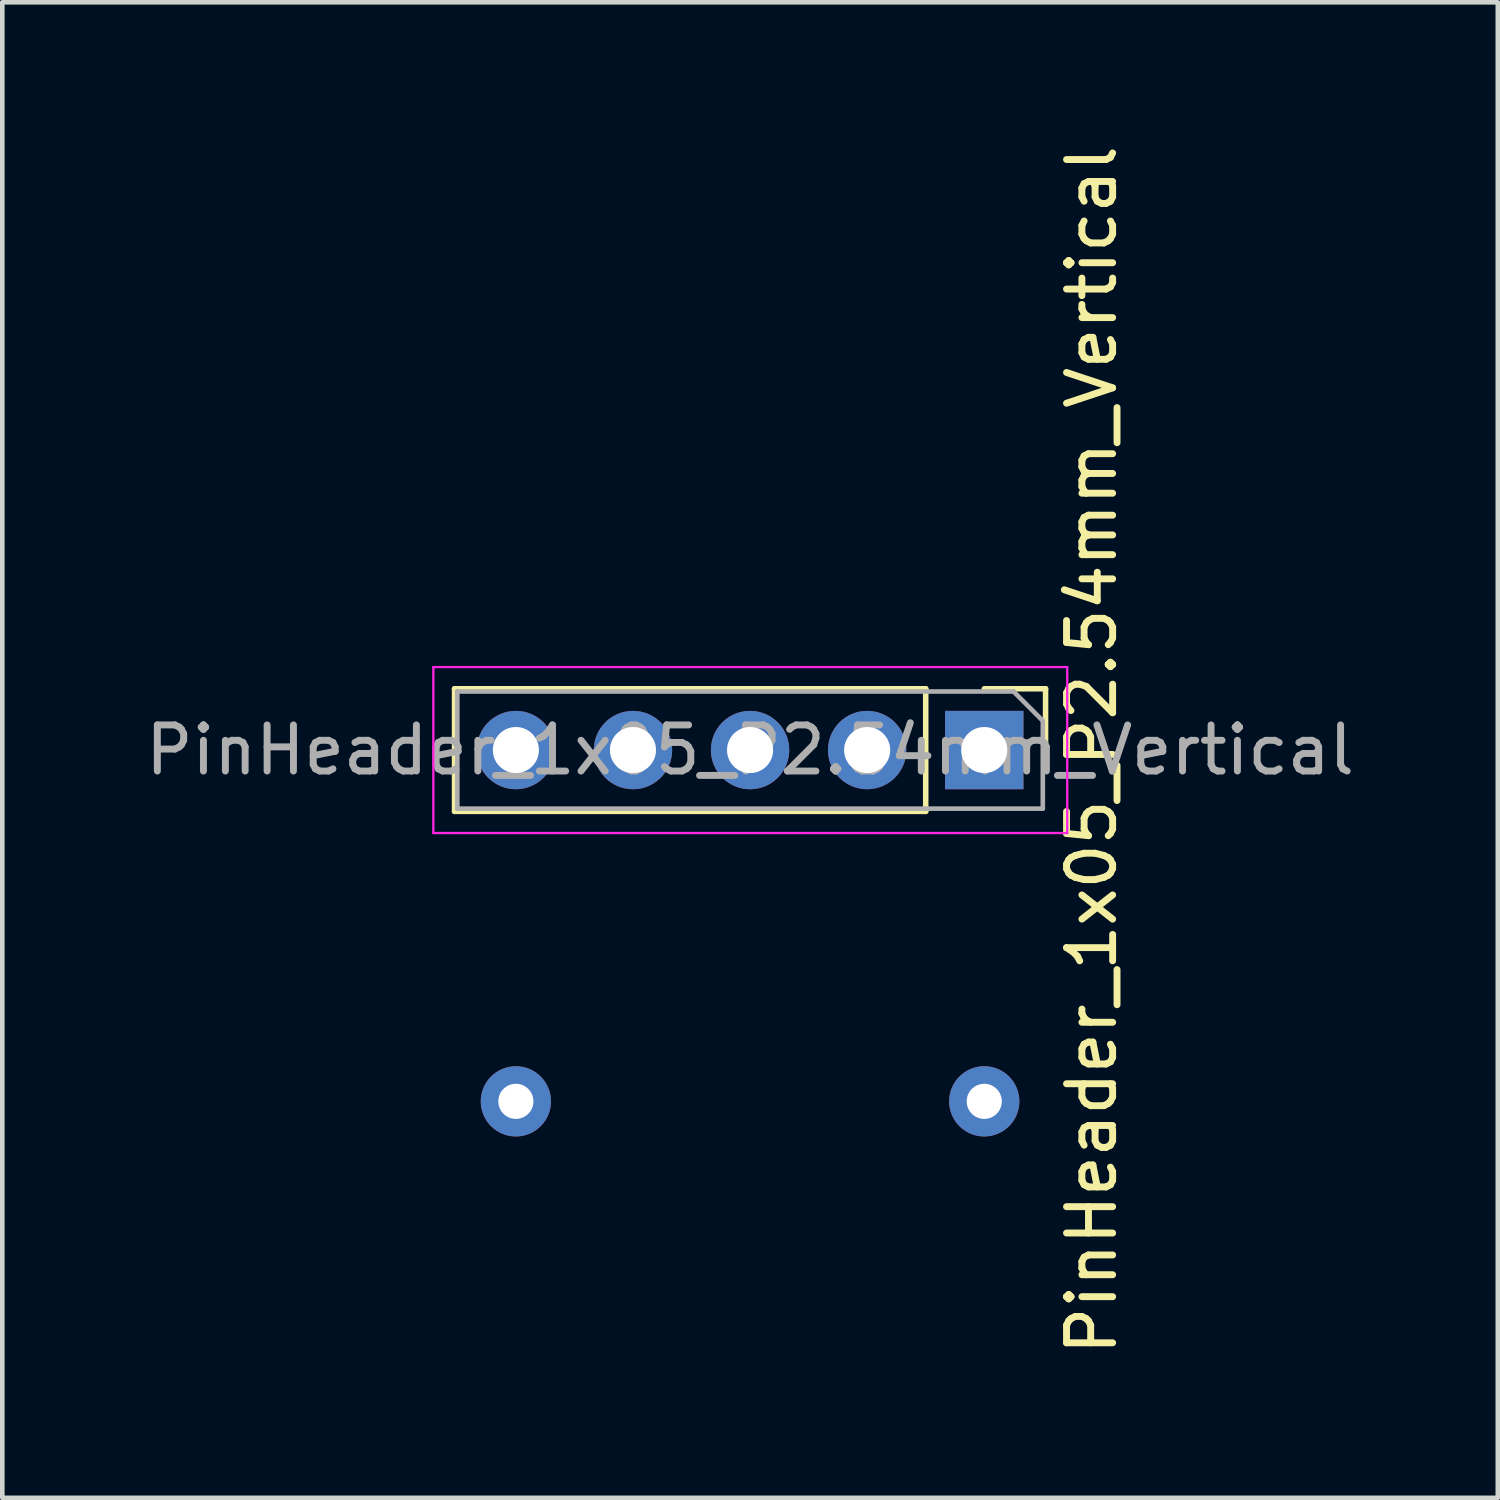
<source format=kicad_pcb>
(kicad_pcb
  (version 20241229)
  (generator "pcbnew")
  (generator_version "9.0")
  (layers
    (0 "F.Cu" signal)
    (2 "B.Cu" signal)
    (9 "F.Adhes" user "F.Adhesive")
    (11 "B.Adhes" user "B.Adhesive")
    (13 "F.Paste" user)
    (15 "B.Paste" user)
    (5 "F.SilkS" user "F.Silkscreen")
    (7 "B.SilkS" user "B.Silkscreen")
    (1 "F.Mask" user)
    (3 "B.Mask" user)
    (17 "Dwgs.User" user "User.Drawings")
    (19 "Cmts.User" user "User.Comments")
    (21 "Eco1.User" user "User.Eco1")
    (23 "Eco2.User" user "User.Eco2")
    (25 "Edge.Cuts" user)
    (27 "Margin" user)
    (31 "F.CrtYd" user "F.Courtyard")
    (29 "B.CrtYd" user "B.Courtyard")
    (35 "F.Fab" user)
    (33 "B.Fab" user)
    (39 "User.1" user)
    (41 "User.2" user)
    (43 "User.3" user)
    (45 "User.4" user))
  (footprint "PinHeader_1x05_P2.54mm_Vertical"
    (layer "F.Cu")
    (at 13.22 20.84)
    (property "Reference" "PinHeader_1x05_P2.54mm_Vertical" (at 7.41 -7.62 270) (layer "F.SilkS") (effects (font (size 1 1) (thickness 0.15))))
    (attr through_hole)
    (fp_line (start -6.41 -8.95) (end -6.41 -6.29) (stroke (width 0.12) (type solid)) (layer "F.SilkS"))
    (fp_line (start 3.81 -8.95) (end -6.41 -8.95) (stroke (width 0.12) (type solid)) (layer "F.SilkS"))
    (fp_line (start 3.81 -8.95) (end 3.81 -6.29) (stroke (width 0.12) (type solid)) (layer "F.SilkS"))
    (fp_line (start 3.81 -6.29) (end -6.41 -6.29) (stroke (width 0.12) (type solid)) (layer "F.SilkS"))
    (fp_line (start 5.08 -8.95) (end 6.41 -8.95) (stroke (width 0.12) (type solid)) (layer "F.SilkS"))
    (fp_line (start 6.41 -8.95) (end 6.41 -7.62) (stroke (width 0.12) (type solid)) (layer "F.SilkS"))
    (fp_line (start -6.87 -9.42) (end -6.87 -5.82) (stroke (width 0.05) (type solid)) (layer "F.CrtYd"))
    (fp_line (start -6.87 -5.82) (end 6.88 -5.82) (stroke (width 0.05) (type solid)) (layer "F.CrtYd"))
    (fp_line (start 6.88 -9.42) (end -6.87 -9.42) (stroke (width 0.05) (type solid)) (layer "F.CrtYd"))
    (fp_line (start 6.88 -5.82) (end 6.88 -9.42) (stroke (width 0.05) (type solid)) (layer "F.CrtYd"))
    (fp_line (start -6.35 -8.89) (end 5.715 -8.89) (stroke (width 0.1) (type solid)) (layer "F.Fab"))
    (fp_line (start -6.35 -6.35) (end -6.35 -8.89) (stroke (width 0.1) (type solid)) (layer "F.Fab"))
    (fp_line (start 5.715 -8.89) (end 6.35 -8.255) (stroke (width 0.1) (type solid)) (layer "F.Fab"))
    (fp_line (start 6.35 -8.255) (end 6.35 -6.35) (stroke (width 0.1) (type solid)) (layer "F.Fab"))
    (fp_line (start 6.35 -6.35) (end -6.35 -6.35) (stroke (width 0.1) (type solid)) (layer "F.Fab"))
    (fp_text user "${REFERENCE}" (at 0 -7.62 0) (layer "F.Fab") (effects (font (size 1 1) (thickness 0.15))))
    (pad "1" thru_hole rect (at 5.08 -7.62 270) (size 1.7 1.7) (drill 1) (layers "*.Cu" "*.Mask"))
    (pad "2" thru_hole oval (at 2.54 -7.62 270) (size 1.7 1.7) (drill 1) (layers "*.Cu" "*.Mask"))
    (pad "3" thru_hole oval (at 0 -7.62 270) (size 1.7 1.7) (drill 1) (layers "*.Cu" "*.Mask"))
    (pad "4" thru_hole oval (at -2.54 -7.62 270) (size 1.7 1.7) (drill 1) (layers "*.Cu" "*.Mask"))
    (pad "5" thru_hole oval (at -5.08 -7.62 270) (size 1.7 1.7) (drill 1) (layers "*.Cu" "*.Mask"))
    (pad "6" thru_hole circle (at 5.08 0) (size 1.524 1.524) (drill 0.762) (layers "*.Cu" "*.Mask"))
    (pad "7" thru_hole circle (at -5.08 0) (size 1.524 1.524) (drill 0.762) (layers "*.Cu" "*.Mask")))
  (gr_rect
    (start -3 -3)
    (end 29.44 29.44)
    (stroke (width 0.1) (type default))
    (fill no)
    (layer "Edge.Cuts")))
</source>
